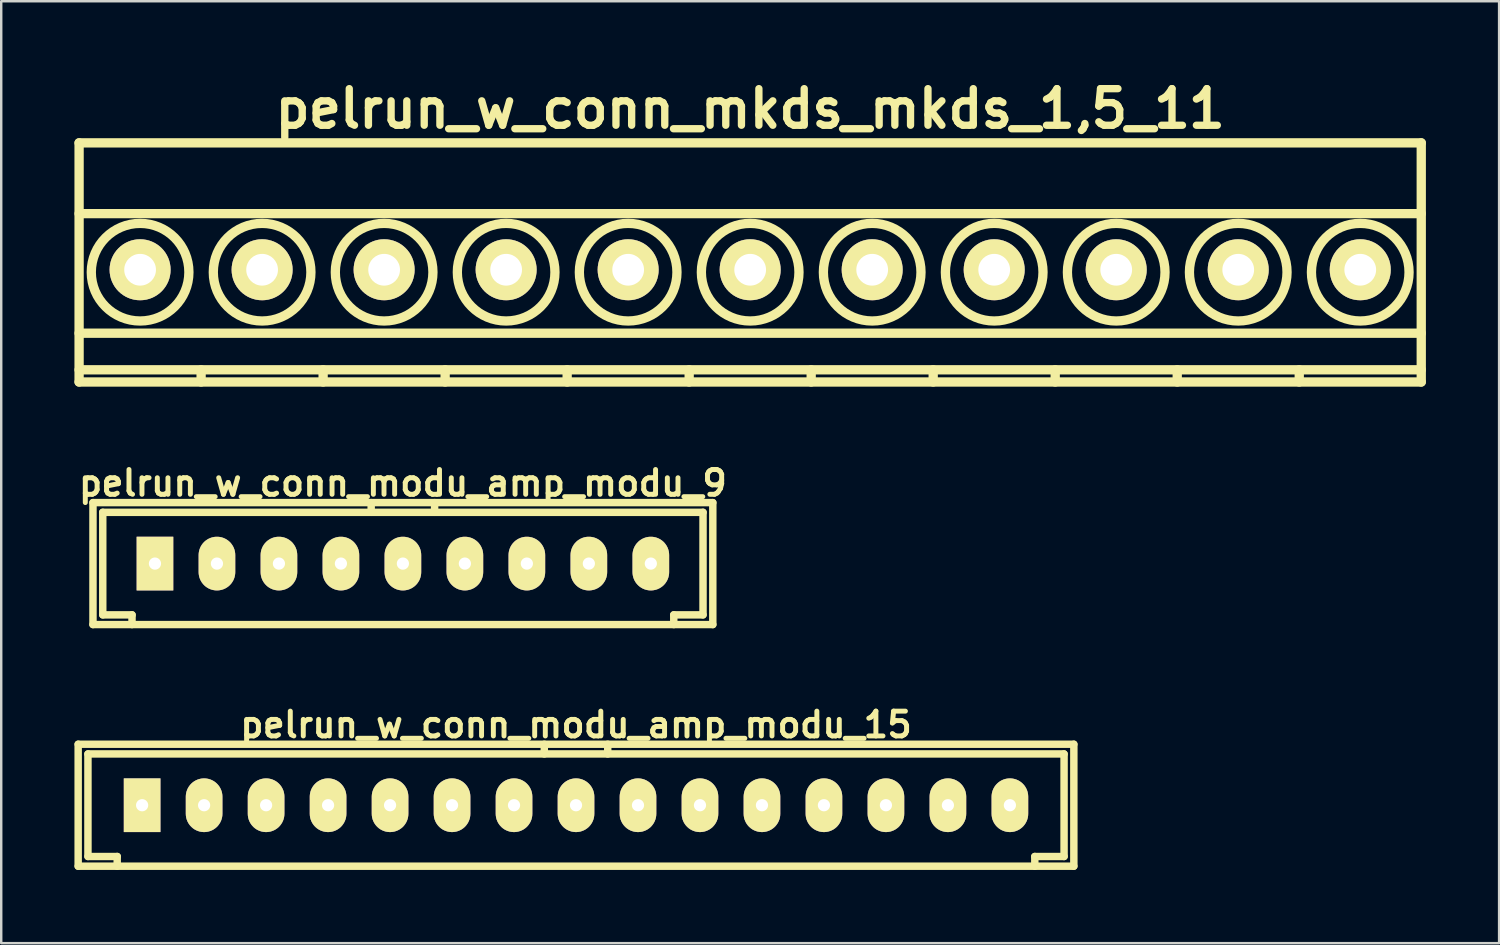
<source format=kicad_pcb>
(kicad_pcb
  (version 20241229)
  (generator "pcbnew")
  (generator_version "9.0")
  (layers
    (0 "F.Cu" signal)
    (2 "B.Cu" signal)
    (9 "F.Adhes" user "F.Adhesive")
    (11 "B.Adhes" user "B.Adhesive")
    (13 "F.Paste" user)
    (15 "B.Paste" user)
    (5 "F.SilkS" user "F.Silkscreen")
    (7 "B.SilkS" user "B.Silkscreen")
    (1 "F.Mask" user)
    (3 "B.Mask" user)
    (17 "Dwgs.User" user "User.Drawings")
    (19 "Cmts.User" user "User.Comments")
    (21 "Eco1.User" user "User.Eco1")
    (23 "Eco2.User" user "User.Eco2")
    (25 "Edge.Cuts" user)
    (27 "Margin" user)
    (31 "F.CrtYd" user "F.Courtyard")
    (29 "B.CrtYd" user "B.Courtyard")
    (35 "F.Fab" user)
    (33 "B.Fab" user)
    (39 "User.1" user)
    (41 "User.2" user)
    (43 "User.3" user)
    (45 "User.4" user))
  (footprint "pelrun_w_conn_mkds_mkds_1,5_11"
    (layer "F.Cu")
    (at 27.691 8.004)
    (property "Reference" "pelrun_w_conn_mkds_mkds_1,5_11" (at 0 -6.6 0) (layer "F.SilkS") (effects (font (size 1.5 1.5) (thickness 0.3))))
    (attr through_hole)
    (fp_line (start -27.5 -5.2) (end -27.5 4.6) (stroke (width 0.381) (type solid)) (layer "F.SilkS"))
    (fp_line (start -27.5 -2.3) (end 27.5 -2.3) (stroke (width 0.381) (type solid)) (layer "F.SilkS"))
    (fp_line (start -27.5 2.6) (end 27.5 2.6) (stroke (width 0.381) (type solid)) (layer "F.SilkS"))
    (fp_line (start -27.5 4.1) (end 27.5 4.1) (stroke (width 0.381) (type solid)) (layer "F.SilkS"))
    (fp_line (start -27.5 4.6) (end 27.5 4.6) (stroke (width 0.381) (type solid)) (layer "F.SilkS"))
    (fp_line (start -22.5 4.1) (end -22.5 4.6) (stroke (width 0.381) (type solid)) (layer "F.SilkS"))
    (fp_line (start -17.5 4.1) (end -17.5 4.6) (stroke (width 0.381) (type solid)) (layer "F.SilkS"))
    (fp_line (start -12.5 4.1) (end -12.5 4.6) (stroke (width 0.381) (type solid)) (layer "F.SilkS"))
    (fp_line (start -7.5 4.1) (end -7.5 4.6) (stroke (width 0.381) (type solid)) (layer "F.SilkS"))
    (fp_line (start -2.5 4.1) (end -2.5 4.6) (stroke (width 0.381) (type solid)) (layer "F.SilkS"))
    (fp_line (start 2.5 4.1) (end 2.5 4.6) (stroke (width 0.381) (type solid)) (layer "F.SilkS"))
    (fp_line (start 7.5 4.1) (end 7.5 4.6) (stroke (width 0.381) (type solid)) (layer "F.SilkS"))
    (fp_line (start 12.5 4.1) (end 12.5 4.6) (stroke (width 0.381) (type solid)) (layer "F.SilkS"))
    (fp_line (start 17.5 4.1) (end 17.5 4.6) (stroke (width 0.381) (type solid)) (layer "F.SilkS"))
    (fp_line (start 22.5 4.1) (end 22.5 4.6) (stroke (width 0.381) (type solid)) (layer "F.SilkS"))
    (fp_line (start 27.5 -5.2) (end -27.5 -5.2) (stroke (width 0.381) (type solid)) (layer "F.SilkS"))
    (fp_line (start 27.5 4.6) (end 27.5 -5.2) (stroke (width 0.381) (type solid)) (layer "F.SilkS"))
    (fp_circle (center -25 0.1) (end -23 0.1) (stroke (width 0.381) (type solid)) (fill no) (layer "F.SilkS"))
    (fp_circle (center -20 0.1) (end -22 0.1) (stroke (width 0.381) (type solid)) (fill no) (layer "F.SilkS"))
    (fp_circle (center -15 0.1) (end -17 0.1) (stroke (width 0.381) (type solid)) (fill no) (layer "F.SilkS"))
    (fp_circle (center -10 0.1) (end -12 0.1) (stroke (width 0.381) (type solid)) (fill no) (layer "F.SilkS"))
    (fp_circle (center -5 0.1) (end -7 0.1) (stroke (width 0.381) (type solid)) (fill no) (layer "F.SilkS"))
    (fp_circle (center 0 0.1) (end -2 0.1) (stroke (width 0.381) (type solid)) (fill no) (layer "F.SilkS"))
    (fp_circle (center 5 0.1) (end 3 0.1) (stroke (width 0.381) (type solid)) (fill no) (layer "F.SilkS"))
    (fp_circle (center 10 0.1) (end 8 0.1) (stroke (width 0.381) (type solid)) (fill no) (layer "F.SilkS"))
    (fp_circle (center 15 0.1) (end 13 0.1) (stroke (width 0.381) (type solid)) (fill no) (layer "F.SilkS"))
    (fp_circle (center 20 0.1) (end 18 0.1) (stroke (width 0.381) (type solid)) (fill no) (layer "F.SilkS"))
    (fp_circle (center 25 0.1) (end 23 0.1) (stroke (width 0.381) (type solid)) (fill no) (layer "F.SilkS"))
    (pad "1" thru_hole circle (at -25 0) (size 2.5 2.5) (drill 1.3) (layers "*.Cu" "*.Mask" "F.SilkS"))
    (pad "2" thru_hole circle (at -20 0) (size 2.5 2.5) (drill 1.3) (layers "*.Cu" "*.Mask" "F.SilkS"))
    (pad "3" thru_hole circle (at -15 0) (size 2.5 2.5) (drill 1.3) (layers "*.Cu" "*.Mask" "F.SilkS"))
    (pad "4" thru_hole circle (at -10 0) (size 2.5 2.5) (drill 1.3) (layers "*.Cu" "*.Mask" "F.SilkS"))
    (pad "5" thru_hole circle (at -5 0) (size 2.5 2.5) (drill 1.3) (layers "*.Cu" "*.Mask" "F.SilkS"))
    (pad "6" thru_hole circle (at 0 0) (size 2.5 2.5) (drill 1.3) (layers "*.Cu" "*.Mask" "F.SilkS"))
    (pad "7" thru_hole circle (at 5 0) (size 2.5 2.5) (drill 1.3) (layers "*.Cu" "*.Mask" "F.SilkS"))
    (pad "8" thru_hole circle (at 10 0) (size 2.5 2.5) (drill 1.3) (layers "*.Cu" "*.Mask" "F.SilkS"))
    (pad "9" thru_hole circle (at 15 0) (size 2.5 2.5) (drill 1.3) (layers "*.Cu" "*.Mask" "F.SilkS"))
    (pad "10" thru_hole circle (at 20 0) (size 2.5 2.5) (drill 1.3) (layers "*.Cu" "*.Mask" "F.SilkS"))
    (pad "11" thru_hole circle (at 25 0) (size 2.5 2.5) (drill 1.3) (layers "*.Cu" "*.Mask" "F.SilkS")))
  (footprint "pelrun_w_conn_modu_amp_modu_15"
    (layer "F.Cu")
    (at 20.554 29.947)
    (property "Reference" "pelrun_w_conn_modu_amp_modu_15" (at 0 -3.299 0) (layer "F.SilkS") (effects (font (size 1.016 1.016) (thickness 0.203))))
    (attr through_hole)
    (fp_line (start -20.401 2.499) (end -20.401 -2.499) (stroke (width 0.305) (type solid)) (layer "F.SilkS"))
    (fp_line (start -20.399 -2.499) (end 20.399 -2.499) (stroke (width 0.305) (type solid)) (layer "F.SilkS"))
    (fp_line (start -20.399 2.499) (end 20.399 2.499) (stroke (width 0.305) (type solid)) (layer "F.SilkS"))
    (fp_line (start -20 -2.101) (end -20 2.101) (stroke (width 0.305) (type solid)) (layer "F.SilkS"))
    (fp_line (start -18.801 2.101) (end -18.801 2.499) (stroke (width 0.305) (type solid)) (layer "F.SilkS"))
    (fp_line (start -18.799 2.101) (end -19.997 2.101) (stroke (width 0.305) (type solid)) (layer "F.SilkS"))
    (fp_line (start -1.3 -2.101) (end -1.3 -2.499) (stroke (width 0.305) (type solid)) (layer "F.SilkS"))
    (fp_line (start 1.3 -2.499) (end 1.3 -2.101) (stroke (width 0.305) (type solid)) (layer "F.SilkS"))
    (fp_line (start 18.801 2.499) (end 18.801 2.101) (stroke (width 0.305) (type solid)) (layer "F.SilkS"))
    (fp_line (start 20 -2.101) (end -20 -2.101) (stroke (width 0.305) (type solid)) (layer "F.SilkS"))
    (fp_line (start 20 2.101) (end 18.801 2.101) (stroke (width 0.305) (type solid)) (layer "F.SilkS"))
    (fp_line (start 20 2.101) (end 20 -2.101) (stroke (width 0.305) (type solid)) (layer "F.SilkS"))
    (fp_line (start 20.401 -2.499) (end 20.401 2.499) (stroke (width 0.305) (type solid)) (layer "F.SilkS"))
    (pad "1" thru_hole rect (at -17.78 0) (size 1.501 2.2) (drill 0.5) (layers "*.Cu" "*.Mask" "F.SilkS"))
    (pad "2" thru_hole oval (at -15.24 0) (size 1.501 2.2) (drill 0.5) (layers "*.Cu" "*.Mask" "F.SilkS"))
    (pad "3" thru_hole oval (at -12.7 0) (size 1.501 2.2) (drill 0.5) (layers "*.Cu" "*.Mask" "F.SilkS"))
    (pad "4" thru_hole oval (at -10.16 0) (size 1.501 2.2) (drill 0.5) (layers "*.Cu" "*.Mask" "F.SilkS"))
    (pad "5" thru_hole oval (at -7.62 0) (size 1.501 2.2) (drill 0.5) (layers "*.Cu" "*.Mask" "F.SilkS"))
    (pad "6" thru_hole oval (at -5.08 0) (size 1.501 2.2) (drill 0.5) (layers "*.Cu" "*.Mask" "F.SilkS"))
    (pad "7" thru_hole oval (at -2.54 0) (size 1.501 2.2) (drill 0.5) (layers "*.Cu" "*.Mask" "F.SilkS"))
    (pad "8" thru_hole oval (at 0 0) (size 1.501 2.2) (drill 0.5) (layers "*.Cu" "*.Mask" "F.SilkS"))
    (pad "9" thru_hole oval (at 2.54 0) (size 1.501 2.2) (drill 0.5) (layers "*.Cu" "*.Mask" "F.SilkS"))
    (pad "10" thru_hole oval (at 5.08 0) (size 1.501 2.2) (drill 0.5) (layers "*.Cu" "*.Mask" "F.SilkS"))
    (pad "11" thru_hole oval (at 7.62 0) (size 1.501 2.2) (drill 0.5) (layers "*.Cu" "*.Mask" "F.SilkS"))
    (pad "12" thru_hole oval (at 10.16 0) (size 1.501 2.2) (drill 0.5) (layers "*.Cu" "*.Mask" "F.SilkS"))
    (pad "13" thru_hole oval (at 12.7 0) (size 1.501 2.2) (drill 0.5) (layers "*.Cu" "*.Mask" "F.SilkS"))
    (pad "14" thru_hole oval (at 15.24 0) (size 1.501 2.2) (drill 0.5) (layers "*.Cu" "*.Mask" "F.SilkS"))
    (pad "15" thru_hole oval (at 17.78 0) (size 1.501 2.2) (drill 0.5) (layers "*.Cu" "*.Mask" "F.SilkS")))
  (footprint "pelrun_w_conn_modu_amp_modu_9"
    (layer "F.Cu")
    (at 13.46 20.045)
    (property "Reference" "pelrun_w_conn_modu_amp_modu_9" (at 0 -3.299 0) (layer "F.SilkS") (effects (font (size 1.016 1.016) (thickness 0.203))))
    (attr through_hole)
    (fp_line (start -12.7 -2.499) (end 12.7 -2.499) (stroke (width 0.305) (type solid)) (layer "F.SilkS"))
    (fp_line (start -12.7 2.499) (end -12.7 -2.499) (stroke (width 0.305) (type solid)) (layer "F.SilkS"))
    (fp_line (start -12.301 -2.101) (end 12.301 -2.101) (stroke (width 0.305) (type solid)) (layer "F.SilkS"))
    (fp_line (start -12.299 -2.101) (end -12.299 2.101) (stroke (width 0.305) (type solid)) (layer "F.SilkS"))
    (fp_line (start -11.1 2.101) (end -11.1 2.499) (stroke (width 0.305) (type solid)) (layer "F.SilkS"))
    (fp_line (start -11.097 2.101) (end -12.296 2.101) (stroke (width 0.305) (type solid)) (layer "F.SilkS"))
    (fp_line (start -1.3 -2.101) (end -1.3 -2.499) (stroke (width 0.305) (type solid)) (layer "F.SilkS"))
    (fp_line (start 1.3 -2.499) (end 1.3 -2.101) (stroke (width 0.305) (type solid)) (layer "F.SilkS"))
    (fp_line (start 11.1 2.499) (end 11.1 2.101) (stroke (width 0.305) (type solid)) (layer "F.SilkS"))
    (fp_line (start 12.299 2.101) (end 11.1 2.101) (stroke (width 0.305) (type solid)) (layer "F.SilkS"))
    (fp_line (start 12.299 2.101) (end 12.299 -2.101) (stroke (width 0.305) (type solid)) (layer "F.SilkS"))
    (fp_line (start 12.7 -2.499) (end 12.7 2.499) (stroke (width 0.305) (type solid)) (layer "F.SilkS"))
    (fp_line (start 12.7 2.499) (end -12.7 2.499) (stroke (width 0.305) (type solid)) (layer "F.SilkS"))
    (pad "1" thru_hole rect (at -10.16 0) (size 1.501 2.2) (drill 0.5) (layers "*.Cu" "*.Mask" "F.SilkS"))
    (pad "2" thru_hole oval (at -7.62 0) (size 1.501 2.2) (drill 0.5) (layers "*.Cu" "*.Mask" "F.SilkS"))
    (pad "3" thru_hole oval (at -5.08 0) (size 1.501 2.2) (drill 0.5) (layers "*.Cu" "*.Mask" "F.SilkS"))
    (pad "4" thru_hole oval (at -2.54 0) (size 1.501 2.2) (drill 0.5) (layers "*.Cu" "*.Mask" "F.SilkS"))
    (pad "5" thru_hole oval (at 0 0) (size 1.501 2.2) (drill 0.5) (layers "*.Cu" "*.Mask" "F.SilkS"))
    (pad "6" thru_hole oval (at 2.54 0) (size 1.501 2.2) (drill 0.5) (layers "*.Cu" "*.Mask" "F.SilkS"))
    (pad "7" thru_hole oval (at 5.08 0) (size 1.501 2.2) (drill 0.5) (layers "*.Cu" "*.Mask" "F.SilkS"))
    (pad "8" thru_hole oval (at 7.62 0) (size 1.501 2.2) (drill 0.5) (layers "*.Cu" "*.Mask" "F.SilkS"))
    (pad "9" thru_hole oval (at 10.16 0) (size 1.501 2.2) (drill 0.5) (layers "*.Cu" "*.Mask" "F.SilkS")))
  (gr_rect
    (start -3 -3)
    (end 58.381 35.599)
    (stroke (width 0.1) (type default))
    (fill no)
    (layer "Edge.Cuts")))
</source>
